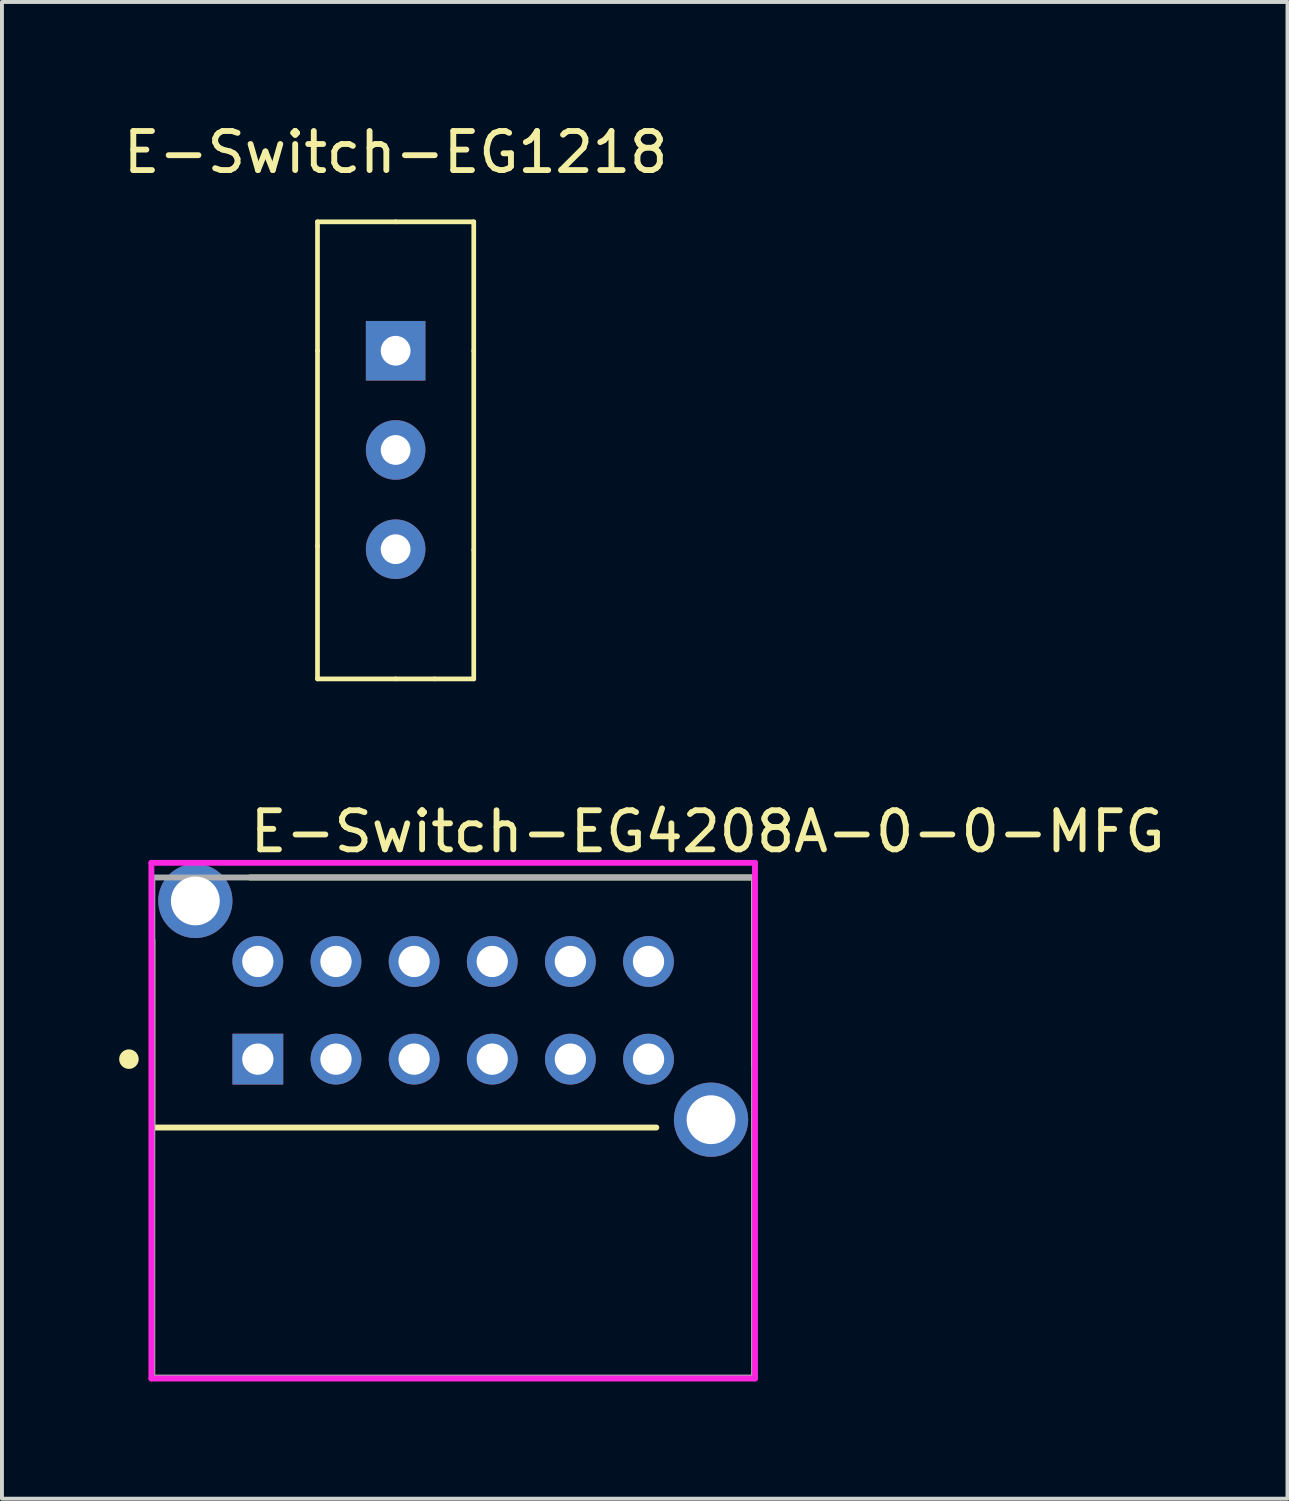
<source format=kicad_pcb>
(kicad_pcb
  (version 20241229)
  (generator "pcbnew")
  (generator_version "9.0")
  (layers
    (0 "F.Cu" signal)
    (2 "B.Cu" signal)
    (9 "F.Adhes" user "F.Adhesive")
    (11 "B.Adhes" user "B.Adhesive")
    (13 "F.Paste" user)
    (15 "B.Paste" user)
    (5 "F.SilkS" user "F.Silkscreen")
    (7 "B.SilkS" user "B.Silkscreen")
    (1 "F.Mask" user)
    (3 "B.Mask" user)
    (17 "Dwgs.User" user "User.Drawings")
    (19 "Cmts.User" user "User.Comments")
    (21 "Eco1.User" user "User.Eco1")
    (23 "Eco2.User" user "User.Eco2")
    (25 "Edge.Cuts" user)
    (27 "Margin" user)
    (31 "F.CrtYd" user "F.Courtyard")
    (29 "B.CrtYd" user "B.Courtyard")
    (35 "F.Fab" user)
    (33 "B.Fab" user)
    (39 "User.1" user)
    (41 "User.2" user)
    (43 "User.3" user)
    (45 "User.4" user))
  (footprint "E-Switch-EG4208A-0-0-MFG"
    (layer "F.Cu")
    (at 8.55 25.811)
    (property "Reference" "E-Switch-EG4208A-0-0-MFG" (at -5.275 -7.575 0) (layer "F.SilkS") (effects (font (size 1 1) (thickness 0.15)) (justify left)))
    (attr through_hole)
    (fp_line (start -7.7 -4.8) (end -7.7 0) (stroke (width 0.15) (type solid)) (layer "F.SilkS"))
    (fp_line (start -5.2 -6.4) (end 7.7 -6.4) (stroke (width 0.15) (type solid)) (layer "F.SilkS"))
    (fp_line (start 5.2 0) (end -7.7 0) (stroke (width 0.15) (type solid)) (layer "F.SilkS"))
    (fp_line (start 7.7 -6.4) (end 7.7 -1.6) (stroke (width 0.15) (type solid)) (layer "F.SilkS"))
    (fp_circle (center -8.3 -1.75) (end -8.175 -1.75) (stroke (width 0.25) (type solid)) (fill no) (layer "F.SilkS"))
    (fp_line (start -7.725 -6.775) (end -7.725 6.425) (stroke (width 0.15) (type solid)) (layer "F.CrtYd"))
    (fp_line (start -7.725 6.425) (end 7.725 6.425) (stroke (width 0.15) (type solid)) (layer "F.CrtYd"))
    (fp_line (start 7.725 -6.775) (end -7.725 -6.775) (stroke (width 0.15) (type solid)) (layer "F.CrtYd"))
    (fp_line (start 7.725 -6.775) (end 7.725 -6.775) (stroke (width 0.15) (type solid)) (layer "F.CrtYd"))
    (fp_line (start 7.725 6.425) (end 7.725 -6.775) (stroke (width 0.15) (type solid)) (layer "F.CrtYd"))
    (fp_line (start -7.7 -6.4) (end 7.7 -6.4) (stroke (width 0.15) (type solid)) (layer "F.Fab"))
    (fp_line (start -7.7 6.4) (end -7.7 -6.4) (stroke (width 0.15) (type solid)) (layer "F.Fab"))
    (fp_line (start 7.7 -6.4) (end 7.7 6.4) (stroke (width 0.15) (type solid)) (layer "F.Fab"))
    (fp_line (start 7.7 6.4) (end -7.7 6.4) (stroke (width 0.15) (type solid)) (layer "F.Fab"))
    (pad "1" thru_hole rect (at -5 -1.75) (size 1.3 1.3) (drill 0.8) (layers "*.Cu" "*.Mask"))
    (pad "2" thru_hole circle (at -3 -1.75) (size 1.3 1.3) (drill 0.8) (layers "*.Cu" "*.Mask"))
    (pad "3" thru_hole circle (at -1 -1.75) (size 1.3 1.3) (drill 0.8) (layers "*.Cu" "*.Mask"))
    (pad "4" thru_hole circle (at 1 -1.75) (size 1.3 1.3) (drill 0.8) (layers "*.Cu" "*.Mask"))
    (pad "5" thru_hole circle (at 3 -1.75) (size 1.3 1.3) (drill 0.8) (layers "*.Cu" "*.Mask"))
    (pad "6" thru_hole circle (at 5 -1.75) (size 1.3 1.3) (drill 0.8) (layers "*.Cu" "*.Mask"))
    (pad "7" thru_hole circle (at -5 -4.25) (size 1.3 1.3) (drill 0.8) (layers "*.Cu" "*.Mask"))
    (pad "8" thru_hole circle (at -3 -4.25) (size 1.3 1.3) (drill 0.8) (layers "*.Cu" "*.Mask"))
    (pad "9" thru_hole circle (at -1 -4.25) (size 1.3 1.3) (drill 0.8) (layers "*.Cu" "*.Mask"))
    (pad "10" thru_hole circle (at 1 -4.25) (size 1.3 1.3) (drill 0.8) (layers "*.Cu" "*.Mask"))
    (pad "11" thru_hole circle (at 3 -4.25) (size 1.3 1.3) (drill 0.8) (layers "*.Cu" "*.Mask"))
    (pad "12" thru_hole circle (at 5 -4.25) (size 1.3 1.3) (drill 0.8) (layers "*.Cu" "*.Mask"))
    (pad "13" thru_hole circle (at -6.6 -5.8) (size 1.9 1.9) (drill 1.25) (layers "*.Cu" "*.Mask"))
    (pad "14" thru_hole circle (at 6.6 -0.2) (size 1.9 1.9) (drill 1.25) (layers "*.Cu" "*.Mask")))
  (footprint "E-Switch-EG1218"
    (layer "F.Cu")
    (at 7.077 5.928)
    (property "Reference" "E-Switch-EG1218" (at 0 -5.08 0) (layer "F.SilkS") (effects (font (size 1 1) (thickness 0.15))))
    (attr through_hole)
    (fp_line (start -2 -3.3) (end 0 -3.3) (stroke (width 0.12) (type solid)) (layer "F.SilkS"))
    (fp_line (start -2 0) (end -2 -3.3) (stroke (width 0.12) (type solid)) (layer "F.SilkS"))
    (fp_line (start -2 0) (end -2 5) (stroke (width 0.12) (type solid)) (layer "F.SilkS"))
    (fp_line (start -2 5) (end -2 8.4) (stroke (width 0.12) (type solid)) (layer "F.SilkS"))
    (fp_line (start -2 8.4) (end 0 8.4) (stroke (width 0.12) (type solid)) (layer "F.SilkS"))
    (fp_line (start 0 -3.3) (end 2 -3.3) (stroke (width 0.12) (type solid)) (layer "F.SilkS"))
    (fp_line (start 1 8.4) (end 0 8.4) (stroke (width 0.12) (type solid)) (layer "F.SilkS"))
    (fp_line (start 2 -3.3) (end 2 0) (stroke (width 0.12) (type solid)) (layer "F.SilkS"))
    (fp_line (start 2 5.1) (end 2 0) (stroke (width 0.12) (type solid)) (layer "F.SilkS"))
    (fp_line (start 2 5.1) (end 2 8.4) (stroke (width 0.12) (type solid)) (layer "F.SilkS"))
    (fp_line (start 2 8.4) (end 1 8.4) (stroke (width 0.12) (type solid)) (layer "F.SilkS"))
    (pad "1" thru_hole rect (at 0 0) (size 1.524 1.524) (drill 0.762) (layers "*.Cu" "*.Mask"))
    (pad "2" thru_hole circle (at 0 2.54) (size 1.524 1.524) (drill 0.762) (layers "*.Cu" "*.Mask"))
    (pad "3" thru_hole circle (at 0 5.08) (size 1.524 1.524) (drill 0.762) (layers "*.Cu" "*.Mask")))
  (gr_rect
    (start -3 -3)
    (end 29.906 35.312)
    (stroke (width 0.1) (type default))
    (fill no)
    (layer "Edge.Cuts")))
</source>
